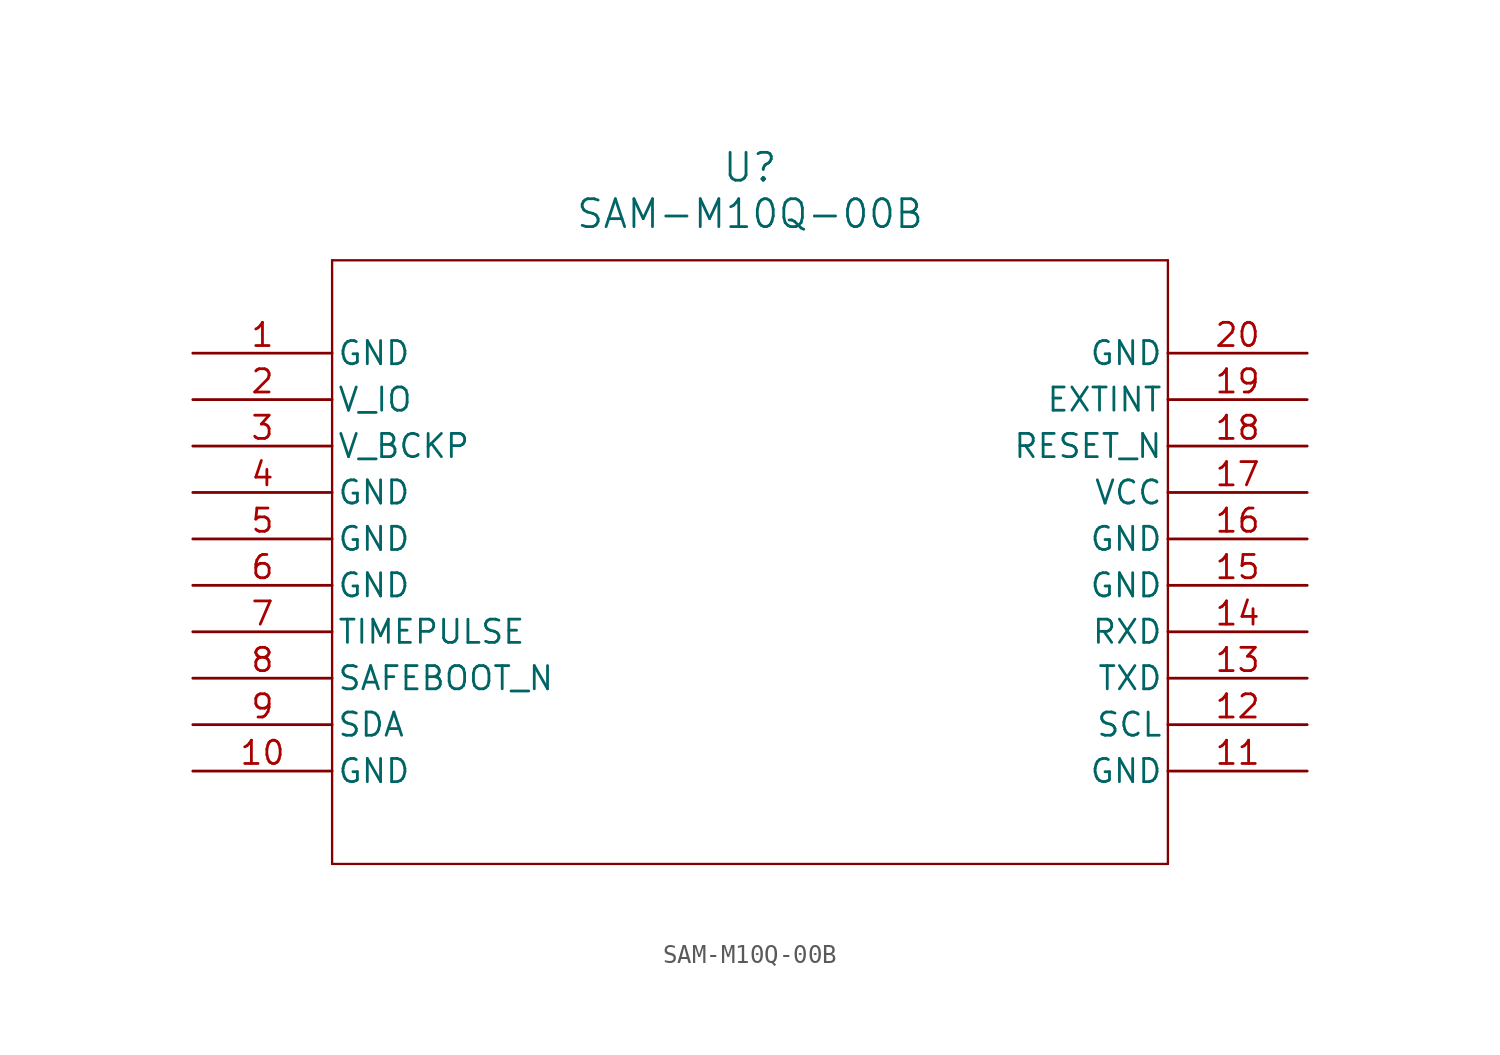
<source format=kicad_sym>
(kicad_symbol_lib
  (version 20231120)
  (generator "kicad_symbol_editor")
  (generator_version "8.0")
  (symbol "SAM-M10Q-00B"
    (pin_names
      (offset 0.254))
    (property "Reference" "U"
      (at 30.48 10.16 0)
      (effects (font (size 1.524 1.524))))
    (property "Value" "SAM-M10Q-00B"
      (at 30.48 7.62 0)
      (effects (font (size 1.524 1.524))))
    (property "ki_locked" ""
      (at 0 0 0)
      (effects (font (size 1.27 1.27))))
    (symbol "SAM-M10Q-00B_0_1"
      (polyline (pts (xy 7.62 -27.94) (xy 53.34 -27.94)) (stroke (width 0.127) (type default)) (fill (type none)))
      (polyline (pts (xy 7.62 5.08) (xy 7.62 -27.94)) (stroke (width 0.127) (type default)) (fill (type none)))
      (polyline (pts (xy 53.34 -27.94) (xy 53.34 5.08)) (stroke (width 0.127) (type default)) (fill (type none)))
      (polyline (pts (xy 53.34 5.08) (xy 7.62 5.08)) (stroke (width 0.127) (type default)) (fill (type none)))
      (pin power_out line (at 0 0 0) (length 7.62) (name "GND" (effects (font (size 1.27 1.27)))) (number "1" (effects (font (size 1.27 1.27)))))
      (pin power_out line (at 0 -22.86 0) (length 7.62) (name "GND" (effects (font (size 1.27 1.27)))) (number "10" (effects (font (size 1.27 1.27)))))
      (pin power_out line (at 60.96 -22.86 180) (length 7.62) (name "GND" (effects (font (size 1.27 1.27)))) (number "11" (effects (font (size 1.27 1.27)))))
      (pin input line (at 60.96 -20.32 180) (length 7.62) (name "SCL" (effects (font (size 1.27 1.27)))) (number "12" (effects (font (size 1.27 1.27)))))
      (pin output line (at 60.96 -17.78 180) (length 7.62) (name "TXD" (effects (font (size 1.27 1.27)))) (number "13" (effects (font (size 1.27 1.27)))))
      (pin input line (at 60.96 -15.24 180) (length 7.62) (name "RXD" (effects (font (size 1.27 1.27)))) (number "14" (effects (font (size 1.27 1.27)))))
      (pin power_out line (at 60.96 -12.7 180) (length 7.62) (name "GND" (effects (font (size 1.27 1.27)))) (number "15" (effects (font (size 1.27 1.27)))))
      (pin power_out line (at 60.96 -10.16 180) (length 7.62) (name "GND" (effects (font (size 1.27 1.27)))) (number "16" (effects (font (size 1.27 1.27)))))
      (pin power_in line (at 60.96 -7.62 180) (length 7.62) (name "VCC" (effects (font (size 1.27 1.27)))) (number "17" (effects (font (size 1.27 1.27)))))
      (pin input line (at 60.96 -5.08 180) (length 7.62) (name "RESET_N" (effects (font (size 1.27 1.27)))) (number "18" (effects (font (size 1.27 1.27)))))
      (pin input line (at 60.96 -2.54 180) (length 7.62) (name "EXTINT" (effects (font (size 1.27 1.27)))) (number "19" (effects (font (size 1.27 1.27)))))
      (pin power_in line (at 0 -2.54 0) (length 7.62) (name "V_IO" (effects (font (size 1.27 1.27)))) (number "2" (effects (font (size 1.27 1.27)))))
      (pin power_out line (at 60.96 0 180) (length 7.62) (name "GND" (effects (font (size 1.27 1.27)))) (number "20" (effects (font (size 1.27 1.27)))))
      (pin power_in line (at 0 -5.08 0) (length 7.62) (name "V_BCKP" (effects (font (size 1.27 1.27)))) (number "3" (effects (font (size 1.27 1.27)))))
      (pin power_out line (at 0 -7.62 0) (length 7.62) (name "GND" (effects (font (size 1.27 1.27)))) (number "4" (effects (font (size 1.27 1.27)))))
      (pin power_out line (at 0 -10.16 0) (length 7.62) (name "GND" (effects (font (size 1.27 1.27)))) (number "5" (effects (font (size 1.27 1.27)))))
      (pin power_out line (at 0 -12.7 0) (length 7.62) (name "GND" (effects (font (size 1.27 1.27)))) (number "6" (effects (font (size 1.27 1.27)))))
      (pin output line (at 0 -15.24 0) (length 7.62) (name "TIMEPULSE" (effects (font (size 1.27 1.27)))) (number "7" (effects (font (size 1.27 1.27)))))
      (pin input line (at 0 -17.78 0) (length 7.62) (name "SAFEBOOT_N" (effects (font (size 1.27 1.27)))) (number "8" (effects (font (size 1.27 1.27)))))
      (pin bidirectional line (at 0 -20.32 0) (length 7.62) (name "SDA" (effects (font (size 1.27 1.27)))) (number "9" (effects (font (size 1.27 1.27))))))))
</source>
